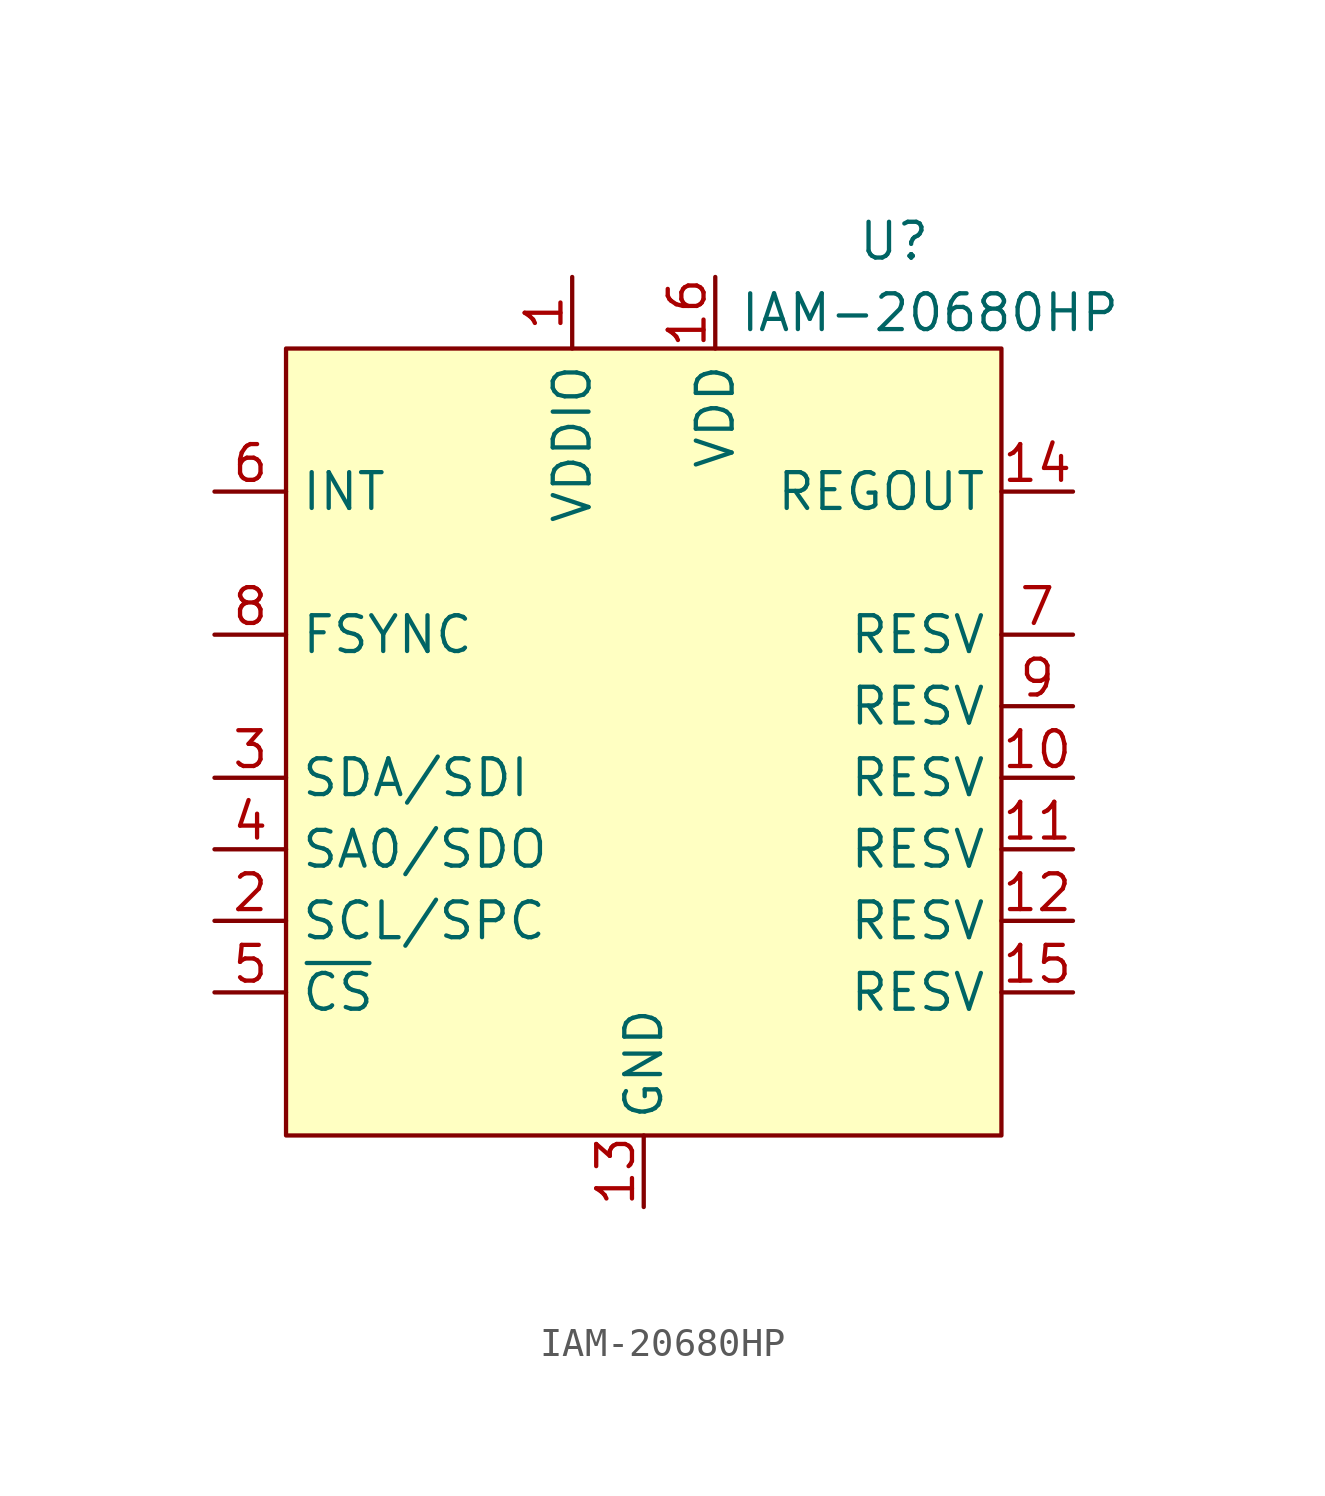
<source format=kicad_sym>
(kicad_symbol_lib
  (version 20220914)
  (generator kicad_symbol_editor)
  (symbol "IAM-20680HP"
    (property "Reference" "U"
      (at 8.89 3.81 0)
      (effects (font (size 1.27 1.27))))
    (property "Value" "IAM-20680HP"
      (at 10.16 1.27 0)
      (effects (font (size 1.27 1.27))))
    (symbol "IAM-20680HP_0_0"
      (text_box "" (at -12.7 0 0) (size 25.4 -27.94) (stroke (width 0) (type default)) (fill (type color) (color 255 255 194 1)) (effects (font (size 1.27 1.27)) (justify left top)))
      (pin power_in line (at -2.54 2.54 270) (length 2.54) (name "VDDIO" (effects (font (size 1.27 1.27)))) (number "1" (effects (font (size 1.27 1.27)))))
      (pin passive line (at 15.24 -15.24 180) (length 2.54) (name "RESV" (effects (font (size 1.27 1.27)))) (number "10" (effects (font (size 1.27 1.27)))))
      (pin passive line (at 15.24 -17.78 180) (length 2.54) (name "RESV" (effects (font (size 1.27 1.27)))) (number "11" (effects (font (size 1.27 1.27)))))
      (pin passive line (at 15.24 -20.32 180) (length 2.54) (name "RESV" (effects (font (size 1.27 1.27)))) (number "12" (effects (font (size 1.27 1.27)))))
      (pin passive line (at 0 -30.48 90) (length 2.54) (name "GND" (effects (font (size 1.27 1.27)))) (number "13" (effects (font (size 1.27 1.27)))))
      (pin passive line (at 15.24 -5.08 180) (length 2.54) (name "REGOUT" (effects (font (size 1.27 1.27)))) (number "14" (effects (font (size 1.27 1.27)))))
      (pin passive line (at 15.24 -22.86 180) (length 2.54) (name "RESV" (effects (font (size 1.27 1.27)))) (number "15" (effects (font (size 1.27 1.27)))))
      (pin power_in line (at 2.54 2.54 270) (length 2.54) (name "VDD" (effects (font (size 1.27 1.27)))) (number "16" (effects (font (size 1.27 1.27)))))
      (pin input line (at -15.24 -20.32 0) (length 2.54) (name "SCL/SPC" (effects (font (size 1.27 1.27)))) (number "2" (effects (font (size 1.27 1.27)))))
      (pin bidirectional line (at -15.24 -15.24 0) (length 2.54) (name "SDA/SDI" (effects (font (size 1.27 1.27)))) (number "3" (effects (font (size 1.27 1.27)))))
      (pin bidirectional line (at -15.24 -17.78 0) (length 2.54) (name "SA0/SDO" (effects (font (size 1.27 1.27)))) (number "4" (effects (font (size 1.27 1.27)))))
      (pin input line (at -15.24 -22.86 0) (length 2.54) (name "~{CS}" (effects (font (size 1.27 1.27)))) (number "5" (effects (font (size 1.27 1.27)))))
      (pin passive line (at 15.24 -12.7 180) (length 2.54) (name "RESV" (effects (font (size 1.27 1.27)))) (number "9" (effects (font (size 1.27 1.27))))))
    (symbol "IAM-20680HP_1_0"
      (pin output line (at -15.24 -5.08 0) (length 2.54) (name "INT" (effects (font (size 1.27 1.27)))) (number "6" (effects (font (size 1.27 1.27)))))
      (pin output line (at 15.24 -10.16 180) (length 2.54) (name "RESV" (effects (font (size 1.27 1.27)))) (number "7" (effects (font (size 1.27 1.27)))))
      (pin input line (at -15.24 -10.16 0) (length 2.54) (name "FSYNC" (effects (font (size 1.27 1.27)))) (number "8" (effects (font (size 1.27 1.27))))))))
</source>
